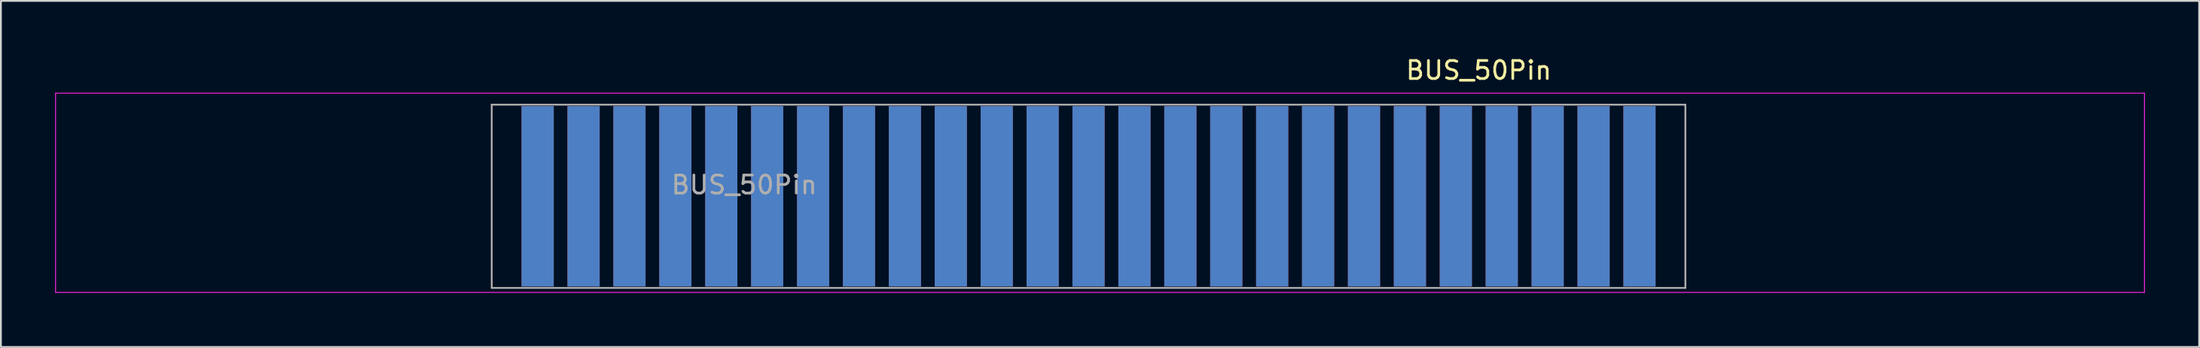
<source format=kicad_pcb>
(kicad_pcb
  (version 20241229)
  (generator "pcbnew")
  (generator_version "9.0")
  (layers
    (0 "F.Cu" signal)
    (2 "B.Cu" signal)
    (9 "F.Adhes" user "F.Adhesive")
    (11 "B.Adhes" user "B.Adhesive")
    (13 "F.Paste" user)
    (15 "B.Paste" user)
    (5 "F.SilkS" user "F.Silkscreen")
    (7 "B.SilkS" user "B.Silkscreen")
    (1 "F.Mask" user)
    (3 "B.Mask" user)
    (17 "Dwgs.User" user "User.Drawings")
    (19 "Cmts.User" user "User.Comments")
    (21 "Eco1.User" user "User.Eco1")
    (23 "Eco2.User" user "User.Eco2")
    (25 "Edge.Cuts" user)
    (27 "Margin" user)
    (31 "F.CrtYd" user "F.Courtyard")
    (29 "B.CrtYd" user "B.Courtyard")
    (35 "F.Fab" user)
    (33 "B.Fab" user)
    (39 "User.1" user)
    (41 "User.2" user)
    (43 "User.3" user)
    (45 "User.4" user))
  (footprint "BUS_50Pin"
    (layer "F.Cu")
    (at 102.895 9.103)
    (property "Reference" "BUS_50Pin" (at -24.13 -8.255 0) (layer "F.SilkS") (effects (font (size 1 1) (thickness 0.15))))
    (attr exclude_from_pos_files exclude_from_bom)
    (fp_line (start -102.87 -6.985) (end 12.7 -6.985) (stroke (width 0.05) (type solid)) (layer "F.CrtYd"))
    (fp_line (start -102.87 4.06) (end -102.87 -6.985) (stroke (width 0.05) (type solid)) (layer "F.CrtYd"))
    (fp_line (start 12.7 4.06) (end -102.87 4.06) (stroke (width 0.05) (type solid)) (layer "F.CrtYd"))
    (fp_line (start 12.7 4.06) (end 12.7 -6.985) (stroke (width 0.05) (type solid)) (layer "F.CrtYd"))
    (fp_line (start -78.74 -6.35) (end -78.74 3.81) (stroke (width 0.1) (type solid)) (layer "F.Fab"))
    (fp_line (start -78.74 -6.35) (end -12.7 -6.35) (stroke (width 0.1) (type solid)) (layer "F.Fab"))
    (fp_line (start -12.7 -6.35) (end -12.7 3.81) (stroke (width 0.1) (type solid)) (layer "F.Fab"))
    (fp_line (start -12.7 3.81) (end -78.74 3.81) (stroke (width 0.1) (type solid)) (layer "F.Fab"))
    (fp_text user "${REFERENCE}" (at -64.77 -1.905 0) (layer "F.Fab") (effects (font (size 1 1) (thickness 0.15))))
    (pad "1" connect rect (at -76.2 -1.27) (size 1.78 10) (layers "B.Cu" "B.Mask"))
    (pad "2" connect rect (at -76.2 -1.27) (size 1.78 10) (layers "F.Cu" "F.Mask"))
    (pad "3" connect rect (at -73.66 -1.27) (size 1.78 10) (layers "B.Cu" "B.Mask"))
    (pad "4" connect rect (at -73.66 -1.27) (size 1.78 10) (layers "F.Cu" "F.Mask"))
    (pad "5" connect rect (at -71.12 -1.27) (size 1.78 10) (layers "B.Cu" "B.Mask"))
    (pad "6" connect rect (at -71.12 -1.27) (size 1.78 10) (layers "F.Cu" "F.Mask"))
    (pad "7" connect rect (at -68.58 -1.27) (size 1.78 10) (layers "B.Cu" "B.Mask"))
    (pad "8" connect rect (at -68.58 -1.27) (size 1.78 10) (layers "F.Cu" "F.Mask"))
    (pad "9" connect rect (at -66.04 -1.27) (size 1.78 10) (layers "B.Cu" "B.Mask"))
    (pad "10" connect rect (at -66.04 -1.27) (size 1.78 10) (layers "F.Cu" "F.Mask"))
    (pad "11" connect rect (at -63.5 -1.27) (size 1.78 10) (layers "B.Cu" "B.Mask"))
    (pad "12" connect rect (at -63.5 -1.27) (size 1.78 10) (layers "F.Cu" "F.Mask"))
    (pad "13" connect rect (at -60.96 -1.27) (size 1.78 10) (layers "B.Cu" "B.Mask"))
    (pad "14" connect rect (at -60.96 -1.27) (size 1.78 10) (layers "F.Cu" "F.Mask"))
    (pad "15" connect rect (at -58.42 -1.27) (size 1.78 10) (layers "B.Cu" "B.Mask"))
    (pad "16" connect rect (at -58.42 -1.27) (size 1.78 10) (layers "F.Cu" "F.Mask"))
    (pad "17" connect rect (at -55.88 -1.27) (size 1.78 10) (layers "B.Cu" "B.Mask"))
    (pad "18" connect rect (at -55.88 -1.27) (size 1.78 10) (layers "F.Cu" "F.Mask"))
    (pad "19" connect rect (at -53.34 -1.27) (size 1.78 10) (layers "B.Cu" "B.Mask"))
    (pad "20" connect rect (at -53.34 -1.27) (size 1.78 10) (layers "F.Cu" "F.Mask"))
    (pad "21" connect rect (at -50.8 -1.27) (size 1.78 10) (layers "B.Cu" "B.Mask"))
    (pad "22" connect rect (at -50.8 -1.27) (size 1.78 10) (layers "F.Cu" "F.Mask"))
    (pad "23" connect rect (at -48.26 -1.27) (size 1.78 10) (layers "B.Cu" "B.Mask"))
    (pad "24" connect rect (at -48.26 -1.27) (size 1.78 10) (layers "F.Cu" "F.Mask"))
    (pad "25" connect rect (at -45.72 -1.27) (size 1.78 10) (layers "B.Cu" "B.Mask"))
    (pad "26" connect rect (at -45.72 -1.27) (size 1.78 10) (layers "F.Cu" "F.Mask"))
    (pad "27" connect rect (at -43.18 -1.27) (size 1.78 10) (layers "B.Cu" "B.Mask"))
    (pad "28" connect rect (at -43.18 -1.27) (size 1.78 10) (layers "F.Cu" "F.Mask"))
    (pad "29" connect rect (at -40.64 -1.27) (size 1.78 10) (layers "B.Cu" "B.Mask"))
    (pad "30" connect rect (at -40.64 -1.27) (size 1.78 10) (layers "F.Cu" "F.Mask"))
    (pad "31" connect rect (at -38.1 -1.27) (size 1.78 10) (layers "B.Cu" "B.Mask"))
    (pad "32" connect rect (at -38.1 -1.27) (size 1.78 10) (layers "F.Cu" "F.Mask"))
    (pad "33" connect rect (at -35.56 -1.27) (size 1.78 10) (layers "B.Cu" "B.Mask"))
    (pad "34" connect rect (at -35.56 -1.27) (size 1.78 10) (layers "F.Cu" "F.Mask"))
    (pad "35" connect rect (at -33.02 -1.27) (size 1.78 10) (layers "B.Cu" "B.Mask"))
    (pad "36" connect rect (at -33.02 -1.27) (size 1.78 10) (layers "F.Cu" "F.Mask"))
    (pad "37" connect rect (at -30.48 -1.27) (size 1.78 10) (layers "B.Cu" "B.Mask"))
    (pad "38" connect rect (at -30.48 -1.27) (size 1.78 10) (layers "F.Cu" "F.Mask"))
    (pad "39" connect rect (at -27.94 -1.27) (size 1.78 10) (layers "B.Cu" "B.Mask"))
    (pad "40" connect rect (at -27.94 -1.27) (size 1.78 10) (layers "F.Cu" "F.Mask"))
    (pad "41" connect rect (at -25.4 -1.27) (size 1.78 10) (layers "B.Cu" "B.Mask"))
    (pad "42" connect rect (at -25.4 -1.27) (size 1.78 10) (layers "F.Cu" "F.Mask"))
    (pad "43" connect rect (at -22.86 -1.27) (size 1.78 10) (layers "B.Cu" "B.Mask"))
    (pad "44" connect rect (at -22.86 -1.27) (size 1.78 10) (layers "F.Cu" "F.Mask"))
    (pad "45" connect rect (at -20.32 -1.27) (size 1.78 10) (layers "B.Cu" "B.Mask"))
    (pad "46" connect rect (at -20.32 -1.27) (size 1.78 10) (layers "F.Cu" "F.Mask"))
    (pad "47" connect rect (at -17.78 -1.27) (size 1.78 10) (layers "B.Cu" "B.Mask"))
    (pad "48" connect rect (at -17.78 -1.27) (size 1.78 10) (layers "F.Cu" "F.Mask"))
    (pad "49" connect rect (at -15.24 -1.27) (size 1.78 10) (layers "B.Cu" "B.Mask"))
    (pad "50" connect rect (at -15.24 -1.27) (size 1.78 10) (layers "F.Cu" "F.Mask")))
  (gr_rect
    (start -3 -3)
    (end 118.62 16.188)
    (stroke (width 0.1) (type default))
    (fill no)
    (layer "Edge.Cuts")))
</source>
